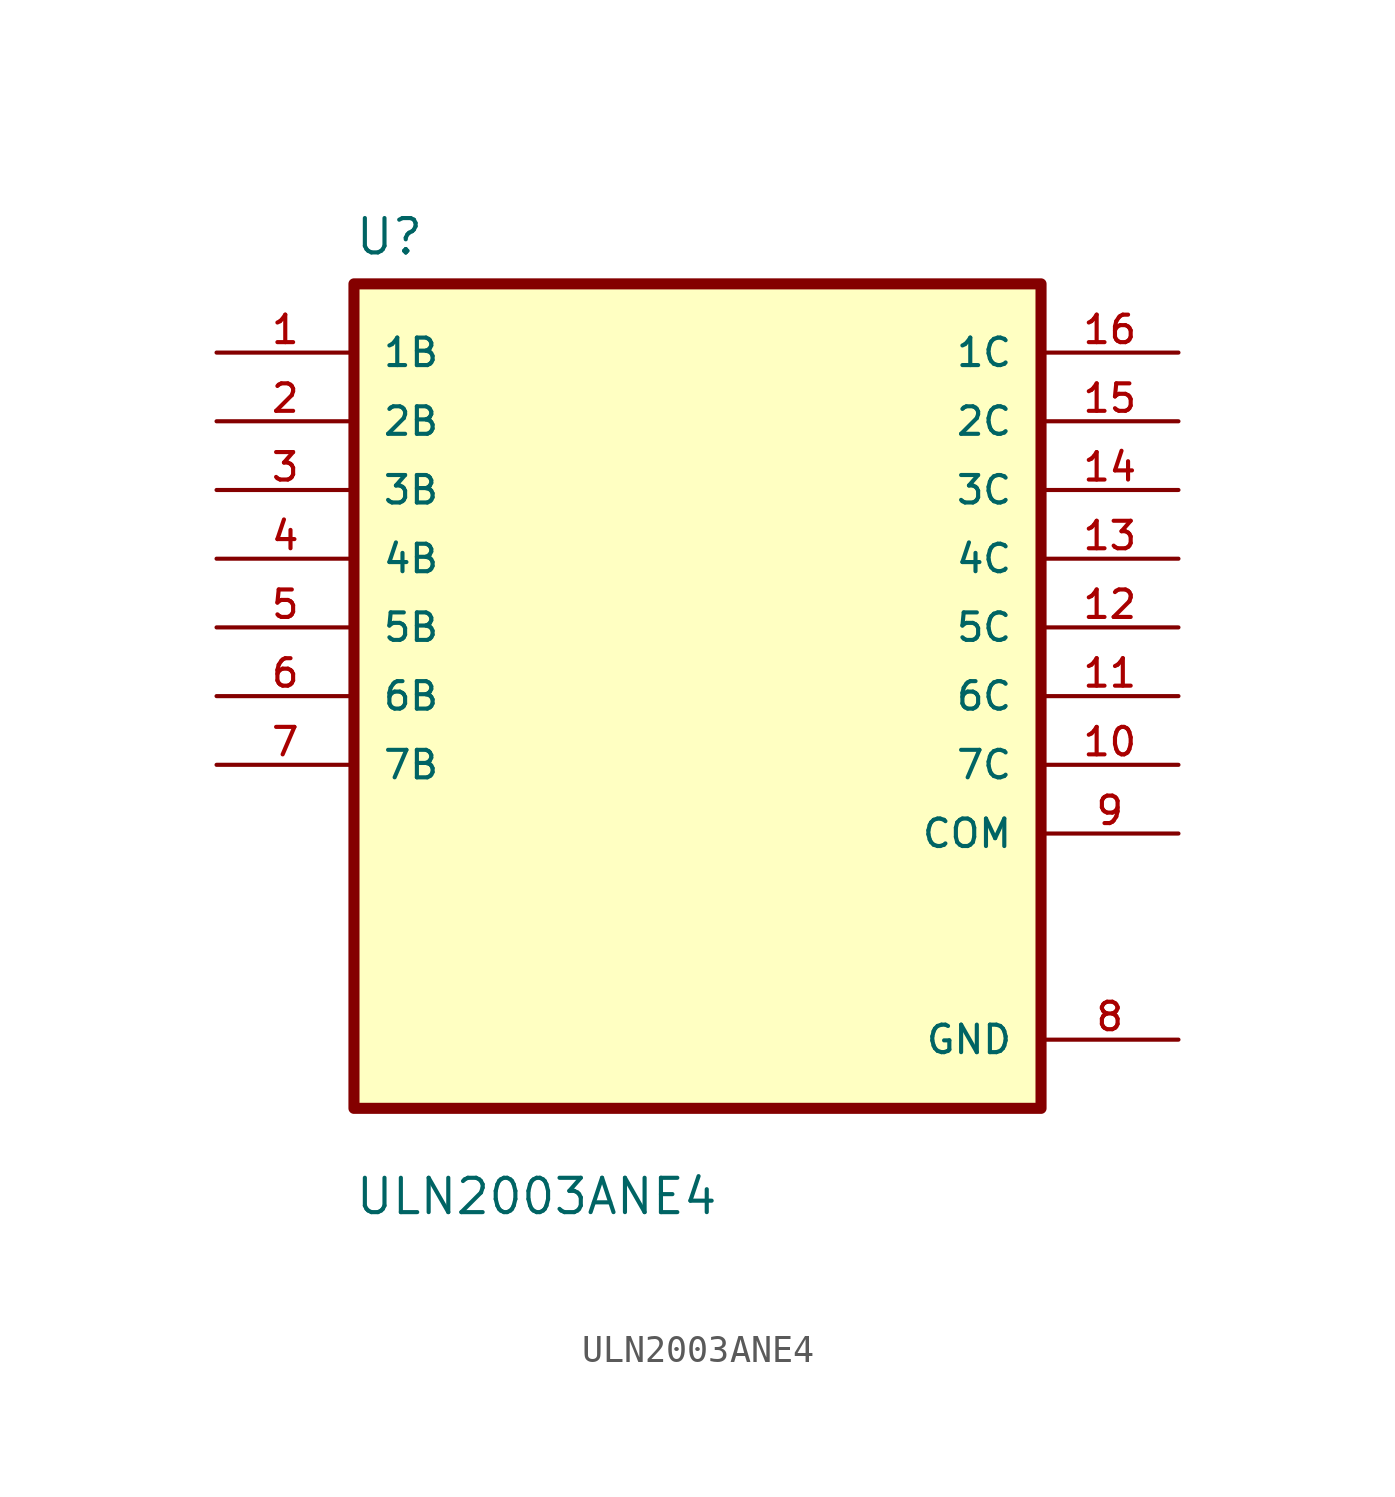
<source format=kicad_sym>
(kicad_symbol_lib
  (version 20211014)
  (generator kicad_symbol_editor)
  (symbol "ULN2003ANE4"
    (pin_names
      (offset 1.016))
    (property "Reference" "U"
      (at -12.7 16.24 0.0)
      (effects (font (size 1.27 1.27)) (justify bottom left)))
    (property "Value" "ULN2003ANE4"
      (at -12.7 -19.24 0.0)
      (effects (font (size 1.27 1.27)) (justify bottom left)))
    (symbol "ULN2003ANE4_0_0"
      (rectangle (start -12.7 -15.24) (end 12.7 15.24) (stroke (width 0.41)) (fill (type background)))
      (pin input line (at -17.78 12.7 0) (length 5.08) (name "1B" (effects (font (size 1.016 1.016)))) (number "1" (effects (font (size 1.016 1.016)))))
      (pin input line (at -17.78 10.16 0) (length 5.08) (name "2B" (effects (font (size 1.016 1.016)))) (number "2" (effects (font (size 1.016 1.016)))))
      (pin input line (at -17.78 7.62 0) (length 5.08) (name "3B" (effects (font (size 1.016 1.016)))) (number "3" (effects (font (size 1.016 1.016)))))
      (pin input line (at -17.78 5.08 0) (length 5.08) (name "4B" (effects (font (size 1.016 1.016)))) (number "4" (effects (font (size 1.016 1.016)))))
      (pin input line (at -17.78 2.54 0) (length 5.08) (name "5B" (effects (font (size 1.016 1.016)))) (number "5" (effects (font (size 1.016 1.016)))))
      (pin input line (at -17.78 0.0 0) (length 5.08) (name "6B" (effects (font (size 1.016 1.016)))) (number "6" (effects (font (size 1.016 1.016)))))
      (pin input line (at -17.78 -2.54 0) (length 5.08) (name "7B" (effects (font (size 1.016 1.016)))) (number "7" (effects (font (size 1.016 1.016)))))
      (pin output line (at 17.78 12.7 180.0) (length 5.08) (name "1C" (effects (font (size 1.016 1.016)))) (number "16" (effects (font (size 1.016 1.016)))))
      (pin output line (at 17.78 10.16 180.0) (length 5.08) (name "2C" (effects (font (size 1.016 1.016)))) (number "15" (effects (font (size 1.016 1.016)))))
      (pin output line (at 17.78 7.62 180.0) (length 5.08) (name "3C" (effects (font (size 1.016 1.016)))) (number "14" (effects (font (size 1.016 1.016)))))
      (pin output line (at 17.78 5.08 180.0) (length 5.08) (name "4C" (effects (font (size 1.016 1.016)))) (number "13" (effects (font (size 1.016 1.016)))))
      (pin output line (at 17.78 2.54 180.0) (length 5.08) (name "5C" (effects (font (size 1.016 1.016)))) (number "12" (effects (font (size 1.016 1.016)))))
      (pin output line (at 17.78 0.0 180.0) (length 5.08) (name "6C" (effects (font (size 1.016 1.016)))) (number "11" (effects (font (size 1.016 1.016)))))
      (pin output line (at 17.78 -2.54 180.0) (length 5.08) (name "7C" (effects (font (size 1.016 1.016)))) (number "10" (effects (font (size 1.016 1.016)))))
      (pin output line (at 17.78 -5.08 180.0) (length 5.08) (name "COM" (effects (font (size 1.016 1.016)))) (number "9" (effects (font (size 1.016 1.016)))))
      (pin power_in line (at 17.78 -12.7 180.0) (length 5.08) (name "GND" (effects (font (size 1.016 1.016)))) (number "8" (effects (font (size 1.016 1.016))))))))
</source>
